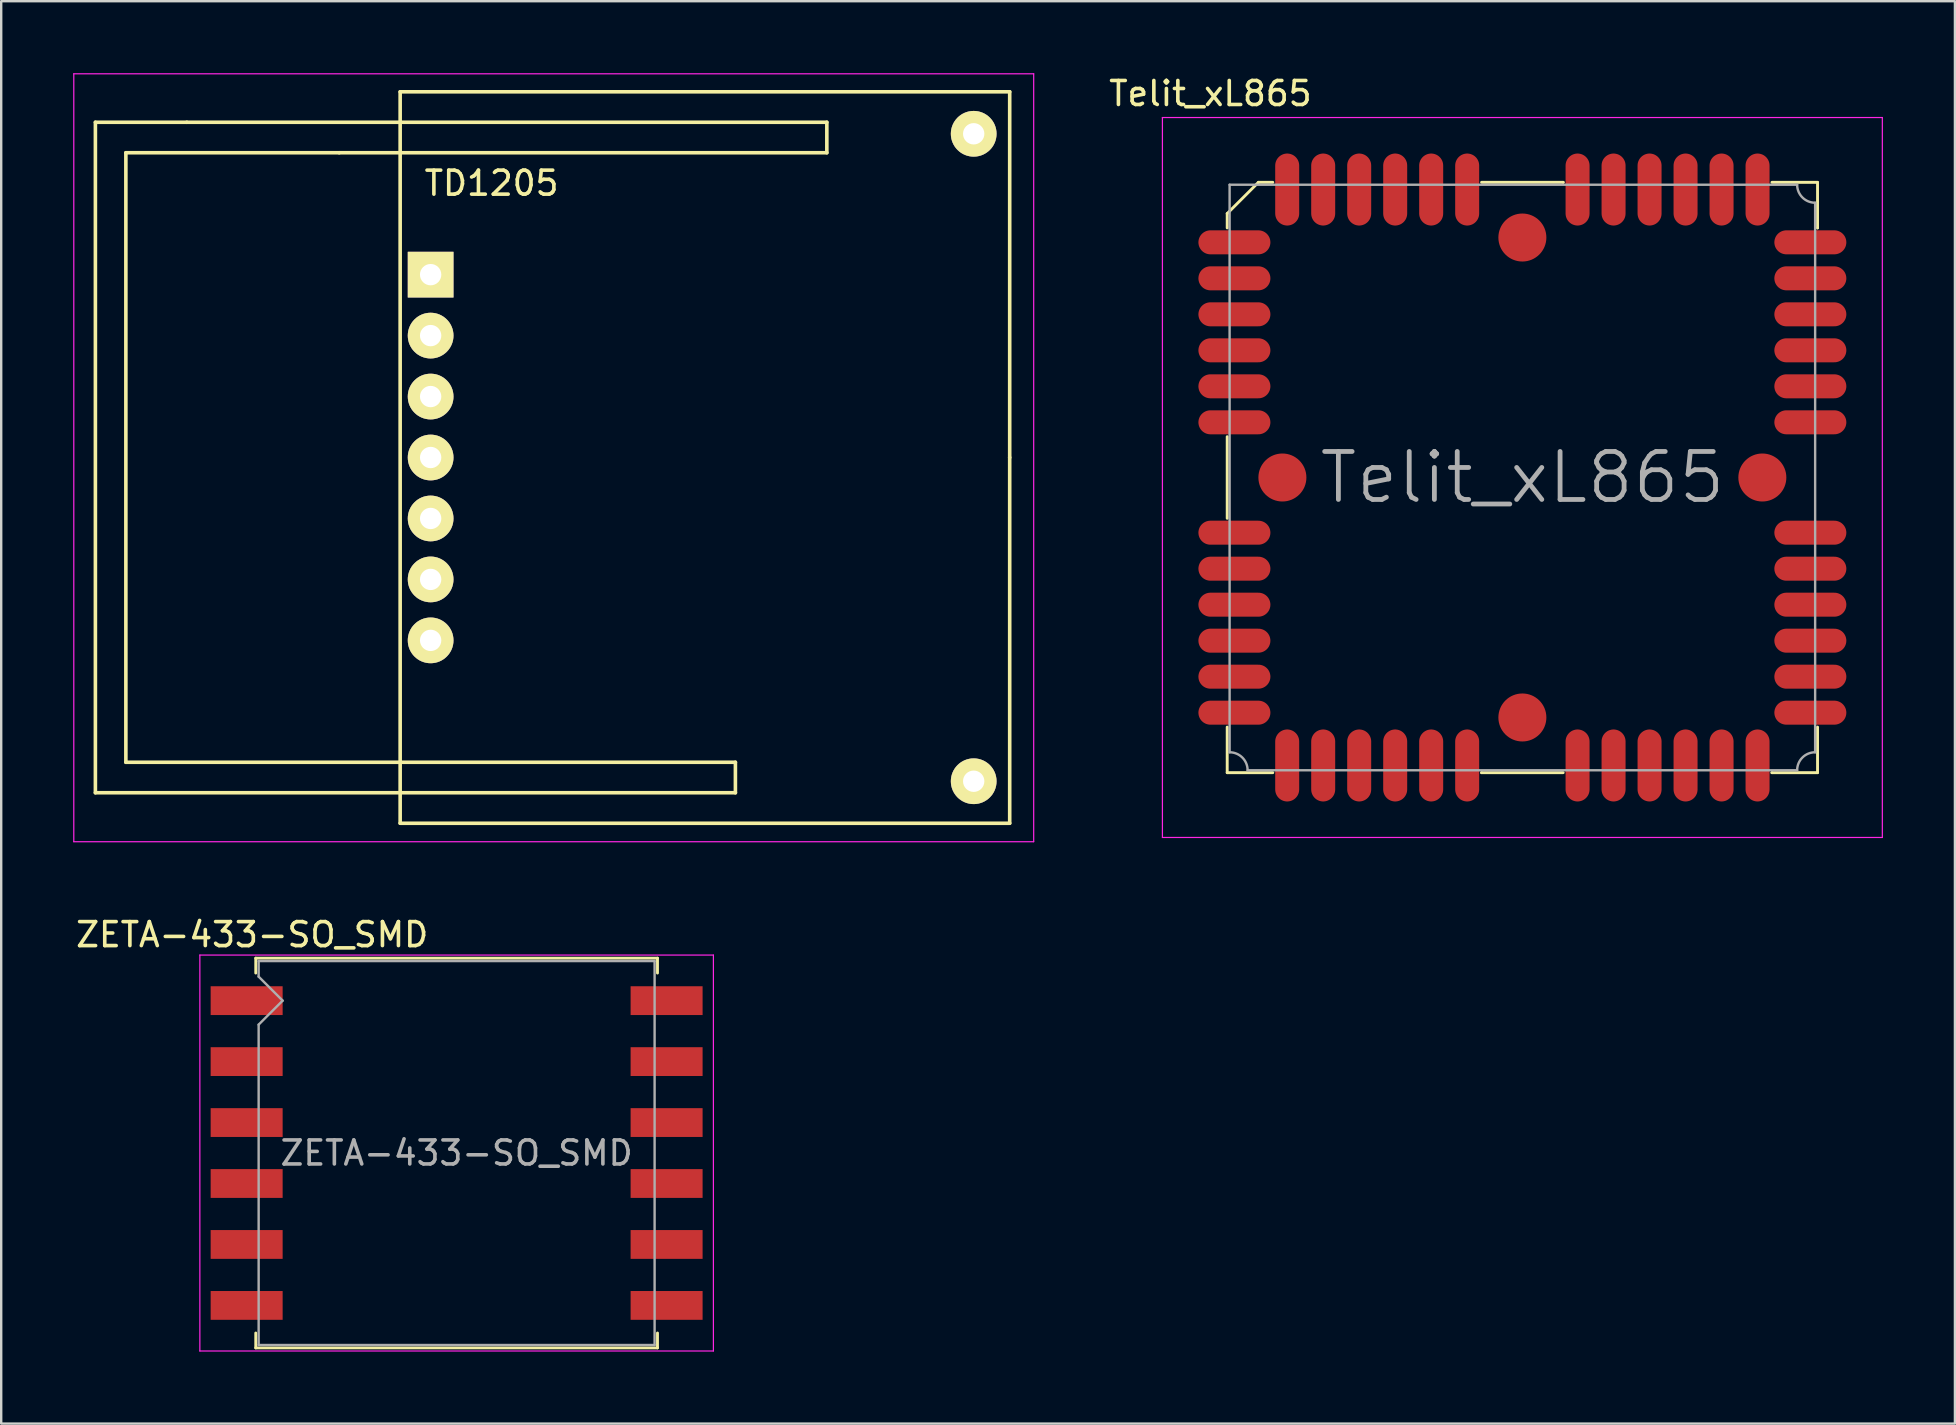
<source format=kicad_pcb>
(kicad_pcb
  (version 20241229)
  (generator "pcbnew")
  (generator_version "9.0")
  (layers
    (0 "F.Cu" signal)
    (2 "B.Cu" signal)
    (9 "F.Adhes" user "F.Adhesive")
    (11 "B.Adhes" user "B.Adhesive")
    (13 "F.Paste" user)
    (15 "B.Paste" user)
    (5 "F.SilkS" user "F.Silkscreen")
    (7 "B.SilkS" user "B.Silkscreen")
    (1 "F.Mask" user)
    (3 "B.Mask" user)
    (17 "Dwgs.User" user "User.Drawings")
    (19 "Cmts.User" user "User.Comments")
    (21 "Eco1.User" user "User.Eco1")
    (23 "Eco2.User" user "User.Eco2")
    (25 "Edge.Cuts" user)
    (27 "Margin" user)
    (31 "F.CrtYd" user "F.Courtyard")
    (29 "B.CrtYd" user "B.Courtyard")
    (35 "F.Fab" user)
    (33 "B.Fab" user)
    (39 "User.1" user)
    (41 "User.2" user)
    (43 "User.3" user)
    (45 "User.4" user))
  (footprint "Telit_xL865"
    (layer "F.Cu")
    (at 60.389 16.848)
    (property "Reference" "Telit_xL865" (at -13 -16 0) (layer "F.SilkS") (effects (font (size 1 1) (thickness 0.15))))
    (attr smd)
    (fp_line (start -12.3 -11) (end -12.3 -10.4) (stroke (width 0.12) (type solid)) (layer "F.SilkS"))
    (fp_line (start -12.3 -1.7) (end -12.3 1.7) (stroke (width 0.12) (type solid)) (layer "F.SilkS"))
    (fp_line (start -12.3 12.3) (end -12.3 10.4) (stroke (width 0.12) (type solid)) (layer "F.SilkS"))
    (fp_line (start -11 -12.3) (end -12.3 -11) (stroke (width 0.12) (type solid)) (layer "F.SilkS"))
    (fp_line (start -10.4 -12.3) (end -11 -12.3) (stroke (width 0.12) (type solid)) (layer "F.SilkS"))
    (fp_line (start -10.4 12.3) (end -12.3 12.3) (stroke (width 0.12) (type solid)) (layer "F.SilkS"))
    (fp_line (start -1.7 -12.3) (end 1.7 -12.3) (stroke (width 0.12) (type solid)) (layer "F.SilkS"))
    (fp_line (start -1.7 12.3) (end -1.7 12.3) (stroke (width 0.12) (type solid)) (layer "F.SilkS"))
    (fp_line (start 1.7 -12.3) (end 1.7 -12.3) (stroke (width 0.12) (type solid)) (layer "F.SilkS"))
    (fp_line (start 1.7 12.3) (end -1.7 12.3) (stroke (width 0.12) (type solid)) (layer "F.SilkS"))
    (fp_line (start 10.4 -12.3) (end 12.3 -12.3) (stroke (width 0.12) (type solid)) (layer "F.SilkS"))
    (fp_line (start 10.4 12.3) (end 10.4 12.3) (stroke (width 0.12) (type solid)) (layer "F.SilkS"))
    (fp_line (start 12.3 -12.3) (end 12.3 -10.4) (stroke (width 0.12) (type solid)) (layer "F.SilkS"))
    (fp_line (start 12.3 -10.4) (end 12.3 -10.4) (stroke (width 0.12) (type solid)) (layer "F.SilkS"))
    (fp_line (start 12.3 10.4) (end 12.3 12.3) (stroke (width 0.12) (type solid)) (layer "F.SilkS"))
    (fp_line (start 12.3 12.3) (end 10.4 12.3) (stroke (width 0.12) (type solid)) (layer "F.SilkS"))
    (fp_line (start -15 -15) (end -15 -15) (stroke (width 0.05) (type solid)) (layer "F.CrtYd"))
    (fp_line (start -15 -15) (end 15 -15) (stroke (width 0.05) (type solid)) (layer "F.CrtYd"))
    (fp_line (start -15 15) (end -15 -15) (stroke (width 0.05) (type solid)) (layer "F.CrtYd"))
    (fp_line (start 15 -15) (end 15 15) (stroke (width 0.05) (type solid)) (layer "F.CrtYd"))
    (fp_line (start 15 15) (end -15 15) (stroke (width 0.05) (type solid)) (layer "F.CrtYd"))
    (fp_line (start -12.2 -12.2) (end 11.45 -12.2) (stroke (width 0.1) (type solid)) (layer "F.Fab"))
    (fp_line (start -12.2 11.45) (end -12.2 -12.2) (stroke (width 0.1) (type solid)) (layer "F.Fab"))
    (fp_line (start -11.45 12.2) (end 11.45 12.2) (stroke (width 0.1) (type solid)) (layer "F.Fab"))
    (fp_line (start 12.2 11.45) (end 12.2 -11.45) (stroke (width 0.1) (type solid)) (layer "F.Fab"))
    (fp_arc (start -12.2 11.45) (mid -11.66967 11.66967) (end -11.45 12.2) (stroke (width 0.1) (type solid)) (layer "F.Fab"))
    (fp_arc (start 11.45 12.2) (mid 11.66967 11.66967) (end 12.2 11.45) (stroke (width 0.1) (type solid)) (layer "F.Fab"))
    (fp_arc (start 12.2 -11.45) (mid 11.66967 -11.66967) (end 11.45 -12.2) (stroke (width 0.1) (type solid)) (layer "F.Fab"))
    (fp_text user "${REFERENCE}" (at 0 0 0) (layer "F.Fab") (effects (font (size 2 2) (thickness 0.2))))
    (pad "1" smd oval (at -9.8 -12) (size 1 3) (layers "F.Cu" "F.Mask" "F.Paste"))
    (pad "1" smd oval (at -9.8 12) (size 1 3) (layers "F.Cu" "F.Mask" "F.Paste"))
    (pad "1" smd oval (at 2.3 -12) (size 1 3) (layers "F.Cu" "F.Mask" "F.Paste"))
    (pad "1" smd oval (at 2.3 12) (size 1 3) (layers "F.Cu" "F.Mask" "F.Paste"))
    (pad "2" smd oval (at -12 -8.3 90) (size 1 3) (layers "F.Cu" "F.Mask" "F.Paste"))
    (pad "2" smd oval (at -12 3.8 90) (size 1 3) (layers "F.Cu" "F.Mask" "F.Paste"))
    (pad "2" smd oval (at -8.3 -12) (size 1 3) (layers "F.Cu" "F.Mask" "F.Paste"))
    (pad "2" smd oval (at -8.3 12) (size 1 3) (layers "F.Cu" "F.Mask" "F.Paste"))
    (pad "2" smd oval (at 3.8 -12) (size 1 3) (layers "F.Cu" "F.Mask" "F.Paste"))
    (pad "2" smd oval (at 3.8 12) (size 1 3) (layers "F.Cu" "F.Mask" "F.Paste"))
    (pad "2" smd oval (at 12 -8.3 90) (size 1 3) (layers "F.Cu" "F.Mask" "F.Paste"))
    (pad "2" smd oval (at 12 3.8 90) (size 1 3) (layers "F.Cu" "F.Mask" "F.Paste"))
    (pad "3" smd oval (at -12 -6.8 90) (size 1 3) (layers "F.Cu" "F.Mask" "F.Paste"))
    (pad "3" smd oval (at -12 5.3 90) (size 1 3) (layers "F.Cu" "F.Mask" "F.Paste"))
    (pad "3" smd oval (at -6.8 -12) (size 1 3) (layers "F.Cu" "F.Mask" "F.Paste"))
    (pad "3" smd oval (at -6.8 12) (size 1 3) (layers "F.Cu" "F.Mask" "F.Paste"))
    (pad "3" smd oval (at 5.3 -12) (size 1 3) (layers "F.Cu" "F.Mask" "F.Paste"))
    (pad "3" smd oval (at 5.3 12) (size 1 3) (layers "F.Cu" "F.Mask" "F.Paste"))
    (pad "3" smd oval (at 12 -6.8 90) (size 1 3) (layers "F.Cu" "F.Mask" "F.Paste"))
    (pad "3" smd oval (at 12 5.3 90) (size 1 3) (layers "F.Cu" "F.Mask" "F.Paste"))
    (pad "4" smd oval (at -12 -5.3 90) (size 1 3) (layers "F.Cu" "F.Mask" "F.Paste"))
    (pad "4" smd oval (at -12 6.8 90) (size 1 3) (layers "F.Cu" "F.Mask" "F.Paste"))
    (pad "4" smd oval (at -5.3 -12) (size 1 3) (layers "F.Cu" "F.Mask" "F.Paste"))
    (pad "4" smd oval (at -5.3 12) (size 1 3) (layers "F.Cu" "F.Mask" "F.Paste"))
    (pad "4" smd oval (at 6.8 -12) (size 1 3) (layers "F.Cu" "F.Mask" "F.Paste"))
    (pad "4" smd oval (at 6.8 12) (size 1 3) (layers "F.Cu" "F.Mask" "F.Paste"))
    (pad "4" smd oval (at 12 -5.3 90) (size 1 3) (layers "F.Cu" "F.Mask" "F.Paste"))
    (pad "4" smd oval (at 12 6.8 90) (size 1 3) (layers "F.Cu" "F.Mask" "F.Paste"))
    (pad "5" smd oval (at -12 -3.8 90) (size 1 3) (layers "F.Cu" "F.Mask" "F.Paste"))
    (pad "5" smd oval (at -12 8.3 90) (size 1 3) (layers "F.Cu" "F.Mask" "F.Paste"))
    (pad "5" smd oval (at -3.8 -12) (size 1 3) (layers "F.Cu" "F.Mask" "F.Paste"))
    (pad "5" smd oval (at -3.8 12) (size 1 3) (layers "F.Cu" "F.Mask" "F.Paste"))
    (pad "5" smd oval (at 8.3 -12) (size 1 3) (layers "F.Cu" "F.Mask" "F.Paste"))
    (pad "5" smd oval (at 8.3 12) (size 1 3) (layers "F.Cu" "F.Mask" "F.Paste"))
    (pad "5" smd oval (at 12 -3.8 90) (size 1 3) (layers "F.Cu" "F.Mask" "F.Paste"))
    (pad "5" smd oval (at 12 8.3 90) (size 1 3) (layers "F.Cu" "F.Mask" "F.Paste"))
    (pad "6" smd oval (at -12 -2.3 90) (size 1 3) (layers "F.Cu" "F.Mask" "F.Paste"))
    (pad "6" smd oval (at -12 9.8 90) (size 1 3) (layers "F.Cu" "F.Mask" "F.Paste"))
    (pad "6" smd oval (at -2.3 -12) (size 1 3) (layers "F.Cu" "F.Mask" "F.Paste"))
    (pad "6" smd oval (at -2.3 12) (size 1 3) (layers "F.Cu" "F.Mask" "F.Paste"))
    (pad "6" smd oval (at 9.8 -12) (size 1 3) (layers "F.Cu" "F.Mask" "F.Paste"))
    (pad "6" smd oval (at 9.8 12) (size 1 3) (layers "F.Cu" "F.Mask" "F.Paste"))
    (pad "6" smd oval (at 12 -2.3 90) (size 1 3) (layers "F.Cu" "F.Mask" "F.Paste"))
    (pad "6" smd oval (at 12 9.8 90) (size 1 3) (layers "F.Cu" "F.Mask" "F.Paste"))
    (pad "7" smd oval (at -12 -9.8 90) (size 1 3) (layers "F.Cu" "F.Mask" "F.Paste"))
    (pad "7" smd oval (at -12 2.3 90) (size 1 3) (layers "F.Cu" "F.Mask" "F.Paste"))
    (pad "7" smd oval (at 12 -9.8 90) (size 1 3) (layers "F.Cu" "F.Mask" "F.Paste"))
    (pad "7" smd oval (at 12 2.3 90) (size 1 3) (layers "F.Cu" "F.Mask" "F.Paste"))
    (pad "8" smd circle (at -10 0 90) (size 2 2) (layers "F.Cu" "F.Mask" "F.Paste"))
    (pad "8" smd circle (at 0 -10 90) (size 2 2) (layers "F.Cu" "F.Mask" "F.Paste"))
    (pad "8" smd circle (at 0 10 90) (size 2 2) (layers "F.Cu" "F.Mask" "F.Paste"))
    (pad "8" smd circle (at 10 0 90) (size 2 2) (layers "F.Cu" "F.Mask" "F.Paste")))
  (footprint "TD1205"
    (layer "F.Cu")
    (at 37.525 2.525)
    (property "Reference" "TD1205" (at -20.09 2.06 0) (layer "F.SilkS") (effects (font (size 1 1) (thickness 0.15))))
    (attr through_hole)
    (fp_line (start -36.6 -0.48) (end -36.6 27.46) (stroke (width 0.15) (type solid)) (layer "F.SilkS"))
    (fp_line (start -36.6 27.46) (end -9.93 27.46) (stroke (width 0.15) (type solid)) (layer "F.SilkS"))
    (fp_line (start -35.33 0.79) (end -26.44 0.79) (stroke (width 0.15) (type solid)) (layer "F.SilkS"))
    (fp_line (start -35.33 26.19) (end -35.33 0.79) (stroke (width 0.15) (type solid)) (layer "F.SilkS"))
    (fp_line (start -32.79 -0.48) (end -36.6 -0.48) (stroke (width 0.15) (type solid)) (layer "F.SilkS"))
    (fp_line (start -23.9 -1.75) (end 1.5 -1.75) (stroke (width 0.15) (type solid)) (layer "F.SilkS"))
    (fp_line (start -23.9 28.73) (end -23.9 -1.75) (stroke (width 0.15) (type solid)) (layer "F.SilkS"))
    (fp_line (start -9.93 26.19) (end -35.33 26.19) (stroke (width 0.15) (type solid)) (layer "F.SilkS"))
    (fp_line (start -9.93 27.46) (end -9.93 26.19) (stroke (width 0.15) (type solid)) (layer "F.SilkS"))
    (fp_line (start -6.12 -0.48) (end -32.79 -0.48) (stroke (width 0.15) (type solid)) (layer "F.SilkS"))
    (fp_line (start -6.12 -0.48) (end -6.12 0.79) (stroke (width 0.15) (type solid)) (layer "F.SilkS"))
    (fp_line (start -6.12 0.79) (end -26.44 0.79) (stroke (width 0.15) (type solid)) (layer "F.SilkS"))
    (fp_line (start 1.5 13.49) (end 1.5 -1.75) (stroke (width 0.15) (type solid)) (layer "F.SilkS"))
    (fp_line (start 1.5 13.49) (end 1.5 28.73) (stroke (width 0.15) (type solid)) (layer "F.SilkS"))
    (fp_line (start 1.5 28.73) (end -23.9 28.73) (stroke (width 0.15) (type solid)) (layer "F.SilkS"))
    (fp_line (start -37.5 -2.5) (end 2.5 -2.5) (stroke (width 0.05) (type solid)) (layer "F.CrtYd"))
    (fp_line (start -37.5 29.5) (end -37.5 -2.5) (stroke (width 0.05) (type solid)) (layer "F.CrtYd"))
    (fp_line (start 2.5 -2.5) (end 2.5 29.5) (stroke (width 0.05) (type solid)) (layer "F.CrtYd"))
    (fp_line (start 2.5 29.5) (end -37.5 29.5) (stroke (width 0.05) (type solid)) (layer "F.CrtYd"))
    (pad "1" thru_hole circle (at 0 0) (size 1.905 1.905) (drill 0.89) (layers "*.Cu" "*.Mask" "F.SilkS"))
    (pad "2" thru_hole circle (at 0 26.98) (size 1.905 1.905) (drill 0.89) (layers "*.Cu" "*.Mask" "F.SilkS"))
    (pad "3" thru_hole rect (at -22.63 5.87) (size 1.905 1.905) (drill 0.89) (layers "*.Cu" "*.Mask" "F.SilkS"))
    (pad "4" thru_hole circle (at -22.63 8.41) (size 1.905 1.905) (drill 0.89) (layers "*.Cu" "*.Mask" "F.SilkS"))
    (pad "5" thru_hole circle (at -22.63 10.95) (size 1.905 1.905) (drill 0.89) (layers "*.Cu" "*.Mask" "F.SilkS"))
    (pad "6" thru_hole circle (at -22.63 13.49) (size 1.905 1.905) (drill 0.89) (layers "*.Cu" "*.Mask" "F.SilkS"))
    (pad "7" thru_hole circle (at -22.63 16.03) (size 1.905 1.905) (drill 0.89) (layers "*.Cu" "*.Mask" "F.SilkS"))
    (pad "8" thru_hole circle (at -22.63 18.57) (size 1.905 1.905) (drill 0.89) (layers "*.Cu" "*.Mask" "F.SilkS"))
    (pad "9" thru_hole circle (at -22.63 21.11) (size 1.905 1.905) (drill 0.89) (layers "*.Cu" "*.Mask" "F.SilkS")))
  (footprint "ZETA-433-SO_SMD"
    (layer "F.Cu")
    (at 15.978 44.998)
    (property "Reference" "ZETA-433-SO_SMD" (at -8.52 -9.1 0) (layer "F.SilkS") (effects (font (size 1 1) (thickness 0.15))))
    (attr smd)
    (fp_line (start -8.37 -8.12) (end -8.37 -7.5) (stroke (width 0.12) (type solid)) (layer "F.SilkS"))
    (fp_line (start -8.37 -8.12) (end 8.37 -8.12) (stroke (width 0.12) (type solid)) (layer "F.SilkS"))
    (fp_line (start -8.37 8.12) (end -8.37 7.5) (stroke (width 0.12) (type solid)) (layer "F.SilkS"))
    (fp_line (start 8.37 -8.12) (end 8.37 -7.5) (stroke (width 0.12) (type solid)) (layer "F.SilkS"))
    (fp_line (start 8.37 8.12) (end -8.37 8.12) (stroke (width 0.12) (type solid)) (layer "F.SilkS"))
    (fp_line (start 8.37 8.12) (end 8.37 7.5) (stroke (width 0.12) (type solid)) (layer "F.SilkS"))
    (fp_line (start -10.7 -8.25) (end 10.7 -8.25) (stroke (width 0.05) (type solid)) (layer "F.CrtYd"))
    (fp_line (start -10.7 8.25) (end -10.7 -8.25) (stroke (width 0.05) (type solid)) (layer "F.CrtYd"))
    (fp_line (start 10.7 -8.25) (end 10.7 8.25) (stroke (width 0.05) (type solid)) (layer "F.CrtYd"))
    (fp_line (start 10.7 8.25) (end -10.7 8.25) (stroke (width 0.05) (type solid)) (layer "F.CrtYd"))
    (fp_line (start -8.25 -8) (end 8.25 -8) (stroke (width 0.1) (type solid)) (layer "F.Fab"))
    (fp_line (start -8.25 -7.35) (end -8.25 -8) (stroke (width 0.1) (type solid)) (layer "F.Fab"))
    (fp_line (start -8.25 8) (end -8.25 -5.35) (stroke (width 0.1) (type solid)) (layer "F.Fab"))
    (fp_line (start -7.25 -6.35) (end -8.25 -7.35) (stroke (width 0.1) (type solid)) (layer "F.Fab"))
    (fp_line (start -7.25 -6.35) (end -8.25 -5.35) (stroke (width 0.1) (type solid)) (layer "F.Fab"))
    (fp_line (start 8.25 -8) (end 8.25 8) (stroke (width 0.1) (type solid)) (layer "F.Fab"))
    (fp_line (start 8.25 8) (end -8.25 8) (stroke (width 0.1) (type solid)) (layer "F.Fab"))
    (fp_text user "${REFERENCE}" (at 0 0 0) (layer "F.Fab") (effects (font (size 1 1) (thickness 0.15))))
    (pad "1" smd rect (at -8.75 -6.35) (size 3 1.2) (layers "F.Cu" "F.Mask" "F.Paste"))
    (pad "2" smd rect (at -8.75 -3.81) (size 3 1.2) (layers "F.Cu" "F.Mask" "F.Paste"))
    (pad "3" smd rect (at -8.75 -1.27) (size 3 1.2) (layers "F.Cu" "F.Mask" "F.Paste"))
    (pad "4" smd rect (at -8.75 1.27) (size 3 1.2) (layers "F.Cu" "F.Mask" "F.Paste"))
    (pad "5" smd rect (at -8.75 3.81) (size 3 1.2) (layers "F.Cu" "F.Mask" "F.Paste"))
    (pad "6" smd rect (at -8.75 6.35) (size 3 1.2) (layers "F.Cu" "F.Mask" "F.Paste"))
    (pad "7" smd rect (at 8.75 6.35) (size 3 1.2) (layers "F.Cu" "F.Mask" "F.Paste"))
    (pad "8" smd rect (at 8.75 3.81) (size 3 1.2) (layers "F.Cu" "F.Mask" "F.Paste"))
    (pad "9" smd rect (at 8.75 1.27) (size 3 1.2) (layers "F.Cu" "F.Mask" "F.Paste"))
    (pad "10" smd rect (at 8.75 -1.27) (size 3 1.2) (layers "F.Cu" "F.Mask" "F.Paste"))
    (pad "11" smd rect (at 8.75 -3.81) (size 3 1.2) (layers "F.Cu" "F.Mask" "F.Paste"))
    (pad "12" smd rect (at 8.75 -6.35) (size 3 1.2) (layers "F.Cu" "F.Mask" "F.Paste")))
  (gr_rect
    (start -3 -3)
    (end 78.414 56.273)
    (stroke (width 0.1) (type default))
    (fill no)
    (layer "Edge.Cuts")))
</source>
